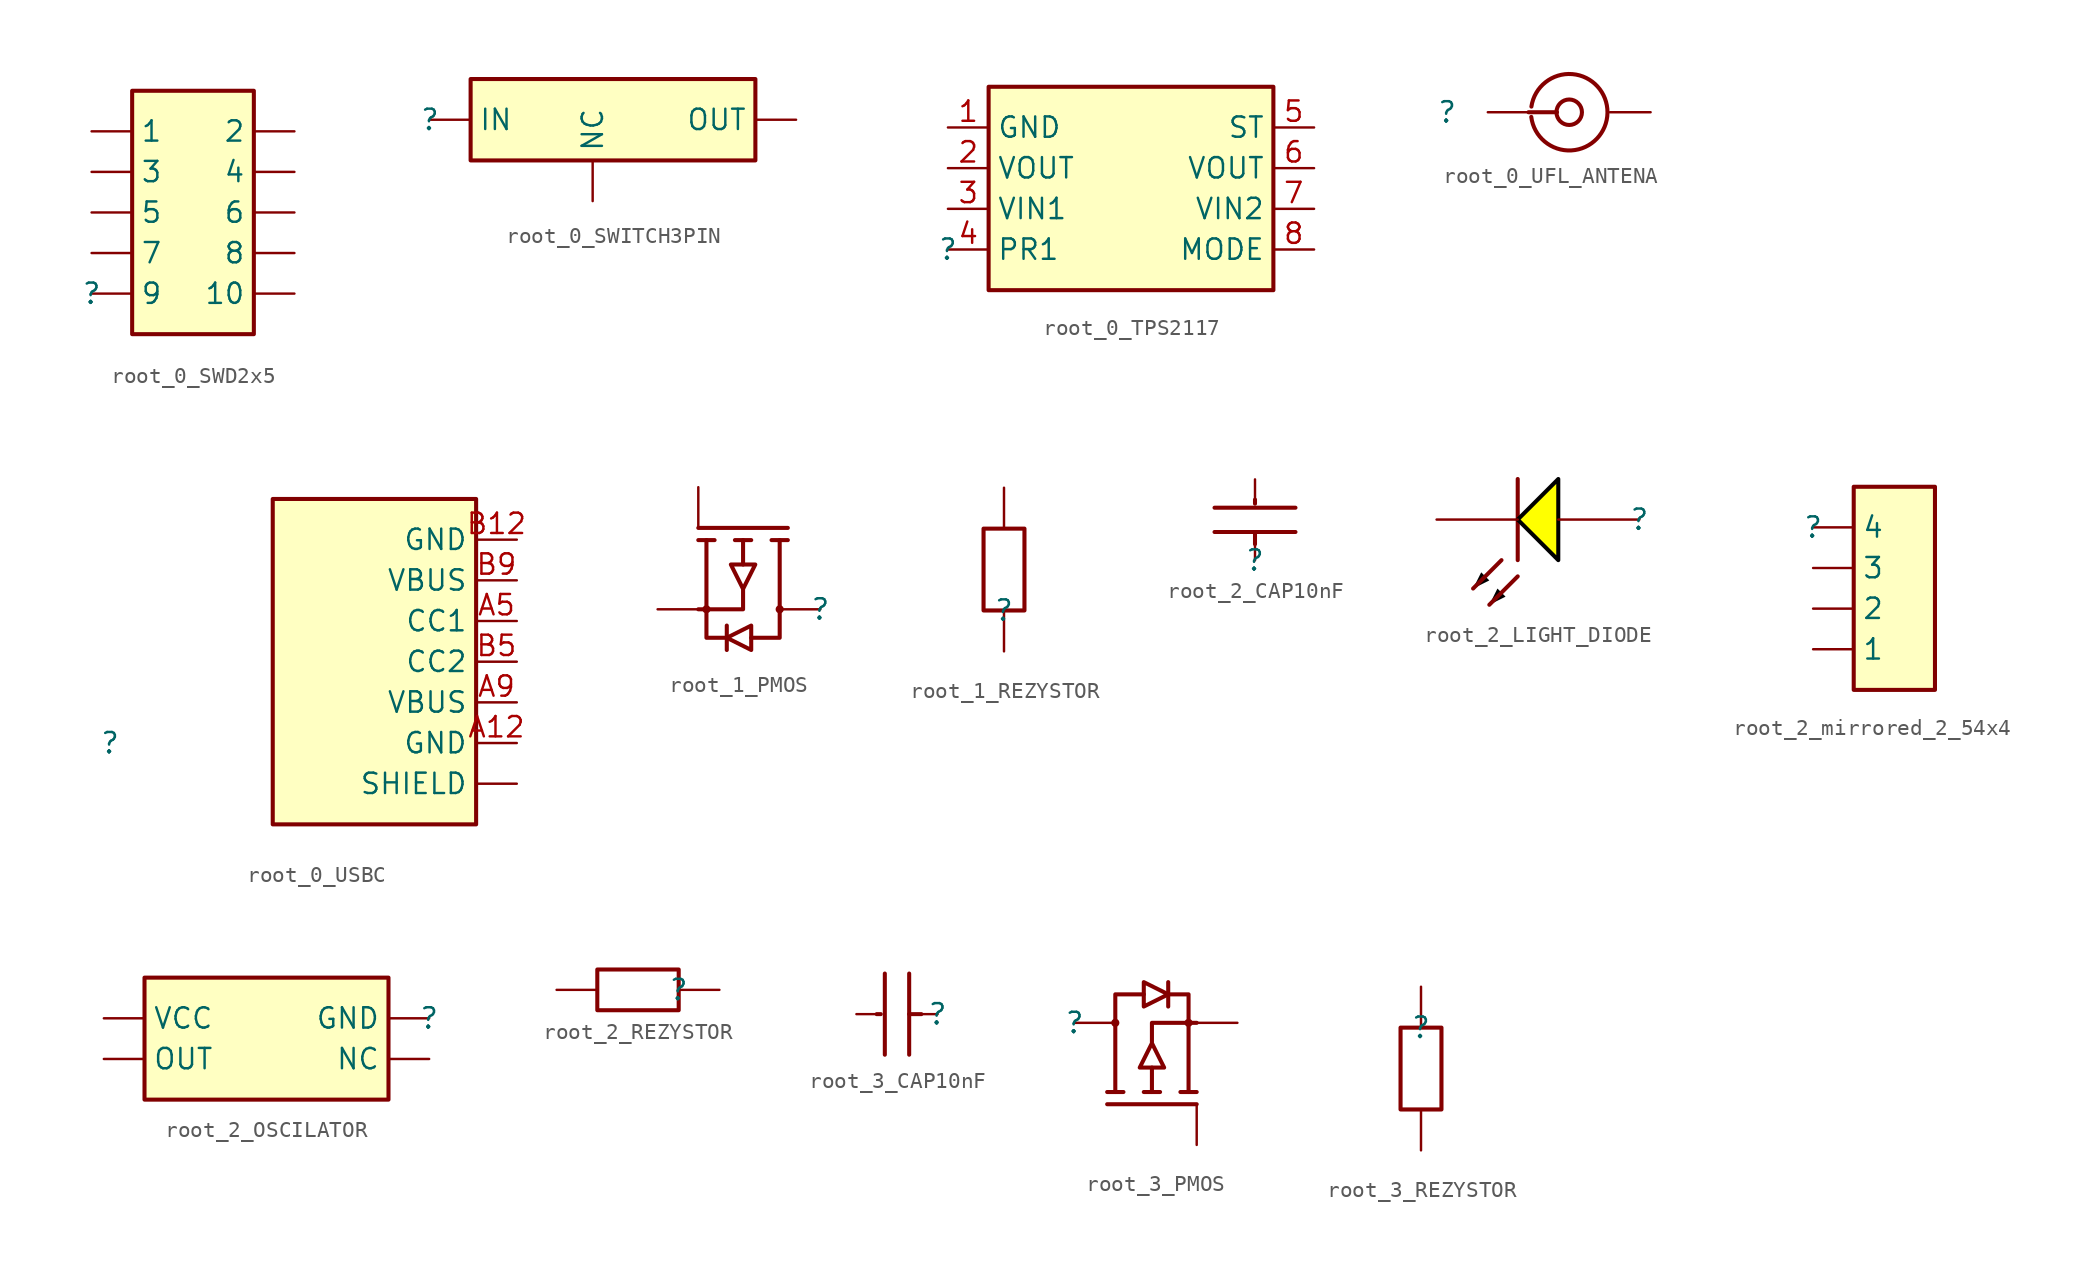
<source format=kicad_sym>
(kicad_symbol_lib
  (version 20231120)
  (generator "kicad_symbol_editor")
  (generator_version "8.0")
  (symbol "root_0_SWD2x5"
    (property "Reference" ""
      (at 0 0 0)
      (effects (font (size 1.27 1.27))))
    (property "Value" ""
      (at 0 0 0)
      (effects (font (size 1.27 1.27))))
    (symbol "root_0_SWD2x5_1_0"
      (rectangle (start 10.16 12.7) (end 2.54 -2.54) (stroke (width 0.254) (type solid) (color 128 0 0 1)) (fill (type background)))
      (pin passive line (at 0 10.16 0) (length 2.54) (name "1" (effects (font (size 1.27 1.27)))) (number "1" (effects (font (size 0 0)))))
      (pin passive line (at 12.7 0 180) (length 2.54) (name "10" (effects (font (size 1.27 1.27)))) (number "10" (effects (font (size 0 0)))))
      (pin passive line (at 12.7 10.16 180) (length 2.54) (name "2" (effects (font (size 1.27 1.27)))) (number "2" (effects (font (size 0 0)))))
      (pin passive line (at 0 7.62 0) (length 2.54) (name "3" (effects (font (size 1.27 1.27)))) (number "3" (effects (font (size 0 0)))))
      (pin passive line (at 12.7 7.62 180) (length 2.54) (name "4" (effects (font (size 1.27 1.27)))) (number "4" (effects (font (size 0 0)))))
      (pin passive line (at 0 5.08 0) (length 2.54) (name "5" (effects (font (size 1.27 1.27)))) (number "5" (effects (font (size 0 0)))))
      (pin passive line (at 12.7 5.08 180) (length 2.54) (name "6" (effects (font (size 1.27 1.27)))) (number "6" (effects (font (size 0 0)))))
      (pin passive line (at 0 2.54 0) (length 2.54) (name "7" (effects (font (size 1.27 1.27)))) (number "7" (effects (font (size 0 0)))))
      (pin passive line (at 12.7 2.54 180) (length 2.54) (name "8" (effects (font (size 1.27 1.27)))) (number "8" (effects (font (size 0 0)))))
      (pin passive line (at 0 0 0) (length 2.54) (name "9" (effects (font (size 1.27 1.27)))) (number "9" (effects (font (size 0 0)))))))
  (symbol "root_0_SWITCH3PIN"
    (property "Reference" ""
      (at 0 0 0)
      (effects (font (size 1.27 1.27))))
    (property "Value" ""
      (at 0 0 0)
      (effects (font (size 1.27 1.27))))
    (symbol "root_0_SWITCH3PIN_1_0"
      (rectangle (start 20.32 2.54) (end 2.54 -2.54) (stroke (width 0.254) (type solid) (color 128 0 0 1)) (fill (type background)))
      (pin passive line (at 0 0 0) (length 2.54) (name "IN" (effects (font (size 1.27 1.27)))) (number "1" (effects (font (size 0 0)))))
      (pin passive line (at 22.86 0 180) (length 2.54) (name "OUT" (effects (font (size 1.27 1.27)))) (number "2" (effects (font (size 0 0)))))
      (pin passive line (at 10.16 -5.08 90) (length 2.54) (name "NC" (effects (font (size 1.27 1.27)))) (number "3" (effects (font (size 0 0)))))))
  (symbol "root_0_TPS2117"
    (property "Reference" ""
      (at 0 0 0)
      (effects (font (size 1.27 1.27))))
    (property "Value" ""
      (at 0 0 0)
      (effects (font (size 1.27 1.27))))
    (symbol "root_0_TPS2117_1_0"
      (rectangle (start 20.32 10.16) (end 2.54 -2.54) (stroke (width 0.254) (type solid) (color 128 0 0 1)) (fill (type background)))
      (pin passive line (at 0 7.62 0) (length 2.54) (name "GND" (effects (font (size 1.27 1.27)))) (number "1" (effects (font (size 1.27 1.27)))))
      (pin passive line (at 0 5.08 0) (length 2.54) (name "VOUT" (effects (font (size 1.27 1.27)))) (number "2" (effects (font (size 1.27 1.27)))))
      (pin passive line (at 0 2.54 0) (length 2.54) (name "VIN1" (effects (font (size 1.27 1.27)))) (number "3" (effects (font (size 1.27 1.27)))))
      (pin passive line (at 0 0 0) (length 2.54) (name "PR1" (effects (font (size 1.27 1.27)))) (number "4" (effects (font (size 1.27 1.27)))))
      (pin passive line (at 22.86 7.62 180) (length 2.54) (name "ST" (effects (font (size 1.27 1.27)))) (number "5" (effects (font (size 1.27 1.27)))))
      (pin passive line (at 22.86 5.08 180) (length 2.54) (name "VOUT" (effects (font (size 1.27 1.27)))) (number "6" (effects (font (size 1.27 1.27)))))
      (pin passive line (at 22.86 2.54 180) (length 2.54) (name "VIN2" (effects (font (size 1.27 1.27)))) (number "7" (effects (font (size 1.27 1.27)))))
      (pin passive line (at 22.86 0 180) (length 2.54) (name "MODE" (effects (font (size 1.27 1.27)))) (number "8" (effects (font (size 1.27 1.27)))))))
  (symbol "root_0_UFL_ANTENA"
    (property "Reference" ""
      (at 0 0 0)
      (effects (font (size 1.27 1.27))))
    (property "Value" ""
      (at 0 0 0)
      (effects (font (size 1.27 1.27))))
    (symbol "root_0_UFL_ANTENA_1_0"
      (polyline (pts (xy 5.08 0) (xy 6.858 0)) (stroke (width 0.254) (type solid)) (fill (type none)))
      (arc (start 5.2529 -0.292) (mid 10.0048 -0.0304) (end 5.2611 0.3522) (stroke (width 0.254) (type solid)) (fill (type none)))
      (circle (center 7.62 0) (radius 0.795) (stroke (width 0.254) (type solid)) (fill (type none)))
      (pin passive line (at 2.54 0 0) (length 2.54) (name "" (effects (font (size 0 0)))) (number "1" (effects (font (size 0 0)))))
      (pin passive line (at 12.7 0 180) (length 2.54) (name "" (effects (font (size 0 0)))) (number "2" (effects (font (size 0 0)))))))
  (symbol "root_0_USBC"
    (property "Reference" ""
      (at 0 0 0)
      (effects (font (size 1.27 1.27))))
    (property "Value" ""
      (at 0 0 0)
      (effects (font (size 1.27 1.27))))
    (symbol "root_0_USBC_1_0"
      (rectangle (start 22.86 15.24) (end 10.16 -5.08) (stroke (width 0.254) (type solid) (color 128 0 0 1)) (fill (type background)))
      (pin passive line (at 25.4 0 180) (length 2.54) (name "GND" (effects (font (size 1.27 1.27)))) (number "A12" (effects (font (size 1.27 1.27)))))
      (pin passive line (at 25.4 7.62 180) (length 2.54) (name "CC1" (effects (font (size 1.27 1.27)))) (number "A5" (effects (font (size 1.27 1.27)))))
      (pin passive line (at 25.4 2.54 180) (length 2.54) (name "VBUS" (effects (font (size 1.27 1.27)))) (number "A9" (effects (font (size 1.27 1.27)))))
      (pin passive line (at 25.4 12.7 180) (length 2.54) (name "GND" (effects (font (size 1.27 1.27)))) (number "B12" (effects (font (size 1.27 1.27)))))
      (pin passive line (at 25.4 5.08 180) (length 2.54) (name "CC2" (effects (font (size 1.27 1.27)))) (number "B5" (effects (font (size 1.27 1.27)))))
      (pin passive line (at 25.4 10.16 180) (length 2.54) (name "VBUS" (effects (font (size 1.27 1.27)))) (number "B9" (effects (font (size 1.27 1.27)))))
      (pin passive line (at 25.4 -2.54 180) (length 2.54) (name "SHIELD" (effects (font (size 1.27 1.27)))) (number "SHIELD" (effects (font (size 0 0)))))))
  (symbol "root_1_PMOS"
    (property "Reference" ""
      (at 0 0 0)
      (effects (font (size 1.27 1.27))))
    (property "Value" ""
      (at 0 0 0)
      (effects (font (size 1.27 1.27))))
    (symbol "root_1_PMOS_1_0"
      (circle (center -7.112 0) (radius 0.254) (stroke (width -0.0001) (type solid)) (fill (type outline)))
      (circle (center -2.54 0) (radius 0.254) (stroke (width -0.0001) (type solid)) (fill (type outline)))
      (polyline (pts (xy -7.62 5.08) (xy -2.032 5.08)) (stroke (width 0.254) (type solid)) (fill (type none)))
      (polyline (pts (xy -7.112 0) (xy -7.62 0)) (stroke (width 0.254) (type solid)) (fill (type none)))
      (polyline (pts (xy -7.112 4.318) (xy -7.112 0)) (stroke (width 0.254) (type solid)) (fill (type none)))
      (polyline (pts (xy -6.604 4.318) (xy -7.62 4.318)) (stroke (width 0.254) (type solid)) (fill (type none)))
      (polyline (pts (xy -5.842 -2.54) (xy -5.842 -1.016)) (stroke (width 0.254) (type solid)) (fill (type none)))
      (polyline (pts (xy -4.826 2.794) (xy -4.826 4.318)) (stroke (width 0.254) (type solid)) (fill (type none)))
      (polyline (pts (xy -4.318 4.318) (xy -5.334 4.318)) (stroke (width 0.254) (type solid)) (fill (type none)))
      (polyline (pts (xy -2.54 0) (xy -2.54 4.318)) (stroke (width 0.254) (type solid)) (fill (type none)))
      (polyline (pts (xy -2.032 4.318) (xy -3.048 4.318)) (stroke (width 0.254) (type solid)) (fill (type none)))
      (polyline (pts (xy -2.54 0) (xy -2.54 -1.778) (xy -4.318 -1.778)) (stroke (width 0.254) (type solid)) (fill (type none)))
      (polyline (pts (xy -7.112 -0.254) (xy -7.112 -1.778) (xy -5.842 -1.778) (xy -4.318 -1.016) (xy -4.318 -2.54) (xy -5.842 -1.778)) (stroke (width 0.254) (type solid)) (fill (type none)))
      (polyline (pts (xy -7.112 0) (xy -4.826 0) (xy -4.826 1.27) (xy -5.588 2.794) (xy -4.064 2.794) (xy -4.826 1.27)) (stroke (width 0.254) (type solid)) (fill (type none)))
      (pin passive line (at -7.62 7.62 270) (length 2.54) (name "G" (effects (font (size 0 0)))) (number "1" (effects (font (size 0 0)))))
      (pin passive line (at 0 0 180) (length 2.54) (name "D" (effects (font (size 0 0)))) (number "2" (effects (font (size 0 0)))))
      (pin passive line (at -10.16 0 0) (length 2.54) (name "S" (effects (font (size 0 0)))) (number "3" (effects (font (size 0 0)))))))
  (symbol "root_1_REZYSTOR"
    (property "Reference" ""
      (at 0 0 0)
      (effects (font (size 1.27 1.27))))
    (property "Value" ""
      (at 0 0 0)
      (effects (font (size 1.27 1.27))))
    (symbol "root_1_REZYSTOR_1_0"
      (polyline (pts (xy 0 0) (xy 1.27 0) (xy 1.27 5.08) (xy -1.27 5.08) (xy -1.27 0) (xy 0 0)) (stroke (width 0.254) (type solid)) (fill (type none)))
      (pin passive line (at 0 -2.54 90) (length 2.54) (name "" (effects (font (size 0 0)))) (number "1" (effects (font (size 0 0)))))
      (pin passive line (at 0 7.62 270) (length 2.54) (name "" (effects (font (size 0 0)))) (number "2" (effects (font (size 0 0)))))))
  (symbol "root_2_CAP10nF"
    (property "Reference" ""
      (at 0 0 0)
      (effects (font (size 1.27 1.27))))
    (property "Value" ""
      (at 0 0 0)
      (effects (font (size 1.27 1.27))))
    (symbol "root_2_CAP10nF_1_0"
      (polyline (pts (xy -2.54 1.778) (xy 2.54 1.778)) (stroke (width 0.254) (type solid)) (fill (type none)))
      (polyline (pts (xy -2.54 3.302) (xy 2.54 3.302)) (stroke (width 0.254) (type solid)) (fill (type none)))
      (polyline (pts (xy 0 1.778) (xy 0 1.016)) (stroke (width 0.254) (type solid)) (fill (type none)))
      (polyline (pts (xy 0 3.556) (xy 0 3.81)) (stroke (width 0.254) (type solid)) (fill (type none)))
      (pin passive line (at 0 0 90) (length 1.778) (name "1" (effects (font (size 0 0)))) (number "1" (effects (font (size 0 0)))))
      (pin passive line (at 0 5.08 270) (length 1.524) (name "2" (effects (font (size 0 0)))) (number "2" (effects (font (size 0 0)))))))
  (symbol "root_2_LIGHT_DIODE"
    (property "Reference" ""
      (at 0 0 0)
      (effects (font (size 1.27 1.27))))
    (property "Value" ""
      (at 0 0 0)
      (effects (font (size 1.27 1.27))))
    (symbol "root_2_LIGHT_DIODE_1_0"
      (polyline (pts (xy -8.636 -2.54) (xy -10.414 -4.318)) (stroke (width 0.254) (type solid)) (fill (type none)))
      (polyline (pts (xy -7.62 -3.556) (xy -9.398 -5.334)) (stroke (width 0.254) (type solid)) (fill (type none)))
      (polyline (pts (xy -7.62 -2.54) (xy -7.62 2.54)) (stroke (width 0.254) (type solid)) (fill (type none)))
      (polyline (pts (xy -10.414 -4.318) (xy -9.398 -3.81) (xy -9.906 -3.302) (xy -10.414 -4.318)) (stroke (width -0.0001) (type solid) (color 0 0 0 1)) (fill (type outline)))
      (polyline (pts (xy -9.398 -5.334) (xy -8.382 -4.826) (xy -8.89 -4.318) (xy -9.398 -5.334)) (stroke (width -0.0001) (type solid) (color 0 0 0 1)) (fill (type outline)))
      (polyline (pts (xy -5.08 2.54) (xy -7.62 0) (xy -5.08 -2.54) (xy -5.08 2.54)) (stroke (width 0.254) (type solid) (color 0 0 0 1)) (fill (type color) (color 255 255 0 1)))
      (pin passive line (at 0 0 180) (length 5.08) (name "A" (effects (font (size 0 0)))) (number "1" (effects (font (size 0 0)))))
      (pin passive line (at -12.7 0 0) (length 5.08) (name "K" (effects (font (size 0 0)))) (number "2" (effects (font (size 0 0)))))))
  (symbol "root_2_mirrored_2_54x4"
    (property "Reference" ""
      (at 0 0 0)
      (effects (font (size 1.27 1.27))))
    (property "Value" ""
      (at 0 0 0)
      (effects (font (size 1.27 1.27))))
    (symbol "root_2_mirrored_2_54x4_1_0"
      (rectangle (start 7.62 2.54) (end 2.54 -10.16) (stroke (width 0.254) (type solid) (color 128 0 0 1)) (fill (type background)))
      (pin passive line (at 0 -7.62 0) (length 2.54) (name "1" (effects (font (size 1.27 1.27)))) (number "1" (effects (font (size 0 0)))))
      (pin passive line (at 0 -5.08 0) (length 2.54) (name "2" (effects (font (size 1.27 1.27)))) (number "2" (effects (font (size 0 0)))))
      (pin passive line (at 0 -2.54 0) (length 2.54) (name "3" (effects (font (size 1.27 1.27)))) (number "3" (effects (font (size 0 0)))))
      (pin passive line (at 0 0 0) (length 2.54) (name "4" (effects (font (size 1.27 1.27)))) (number "4" (effects (font (size 0 0)))))))
  (symbol "root_2_OSCILATOR"
    (property "Reference" ""
      (at 0 0 0)
      (effects (font (size 1.27 1.27))))
    (property "Value" ""
      (at 0 0 0)
      (effects (font (size 1.27 1.27))))
    (symbol "root_2_OSCILATOR_1_0"
      (rectangle (start -2.54 2.54) (end -17.78 -5.08) (stroke (width 0.254) (type solid) (color 128 0 0 1)) (fill (type background)))
      (pin passive line (at 0 -2.54 180) (length 2.54) (name "NC" (effects (font (size 1.27 1.27)))) (number "1" (effects (font (size 0 0)))))
      (pin passive line (at 0 0 180) (length 2.54) (name "GND" (effects (font (size 1.27 1.27)))) (number "2" (effects (font (size 0 0)))))
      (pin passive line (at -20.32 -2.54 0) (length 2.54) (name "OUT" (effects (font (size 1.27 1.27)))) (number "3" (effects (font (size 0 0)))))
      (pin passive line (at -20.32 0 0) (length 2.54) (name "VCC" (effects (font (size 1.27 1.27)))) (number "4" (effects (font (size 0 0)))))))
  (symbol "root_2_REZYSTOR"
    (property "Reference" ""
      (at 0 0 0)
      (effects (font (size 1.27 1.27))))
    (property "Value" ""
      (at 0 0 0)
      (effects (font (size 1.27 1.27))))
    (symbol "root_2_REZYSTOR_1_0"
      (polyline (pts (xy 0 0) (xy 0 1.27) (xy -5.08 1.27) (xy -5.08 -1.27) (xy 0 -1.27) (xy 0 0)) (stroke (width 0.254) (type solid)) (fill (type none)))
      (pin passive line (at 2.54 0 180) (length 2.54) (name "" (effects (font (size 0 0)))) (number "1" (effects (font (size 0 0)))))
      (pin passive line (at -7.62 0 0) (length 2.54) (name "" (effects (font (size 0 0)))) (number "2" (effects (font (size 0 0)))))))
  (symbol "root_3_CAP10nF"
    (property "Reference" ""
      (at 0 0 0)
      (effects (font (size 1.27 1.27))))
    (property "Value" ""
      (at 0 0 0)
      (effects (font (size 1.27 1.27))))
    (symbol "root_3_CAP10nF_1_0"
      (polyline (pts (xy -3.556 0) (xy -3.81 0)) (stroke (width 0.254) (type solid)) (fill (type none)))
      (polyline (pts (xy -3.302 -2.54) (xy -3.302 2.54)) (stroke (width 0.254) (type solid)) (fill (type none)))
      (polyline (pts (xy -1.778 -2.54) (xy -1.778 2.54)) (stroke (width 0.254) (type solid)) (fill (type none)))
      (polyline (pts (xy -1.778 0) (xy -1.016 0)) (stroke (width 0.254) (type solid)) (fill (type none)))
      (pin passive line (at 0 0 180) (length 1.778) (name "1" (effects (font (size 0 0)))) (number "1" (effects (font (size 0 0)))))
      (pin passive line (at -5.08 0 0) (length 1.524) (name "2" (effects (font (size 0 0)))) (number "2" (effects (font (size 0 0)))))))
  (symbol "root_3_PMOS"
    (property "Reference" ""
      (at 0 0 0)
      (effects (font (size 1.27 1.27))))
    (property "Value" ""
      (at 0 0 0)
      (effects (font (size 1.27 1.27))))
    (symbol "root_3_PMOS_1_0"
      (polyline (pts (xy 2.032 -4.318) (xy 3.048 -4.318)) (stroke (width 0.254) (type solid)) (fill (type none)))
      (polyline (pts (xy 2.54 0) (xy 2.54 -4.318)) (stroke (width 0.254) (type solid)) (fill (type none)))
      (polyline (pts (xy 4.318 -4.318) (xy 5.334 -4.318)) (stroke (width 0.254) (type solid)) (fill (type none)))
      (polyline (pts (xy 4.826 -2.794) (xy 4.826 -4.318)) (stroke (width 0.254) (type solid)) (fill (type none)))
      (polyline (pts (xy 5.842 2.54) (xy 5.842 1.016)) (stroke (width 0.254) (type solid)) (fill (type none)))
      (polyline (pts (xy 6.604 -4.318) (xy 7.62 -4.318)) (stroke (width 0.254) (type solid)) (fill (type none)))
      (polyline (pts (xy 7.112 -4.318) (xy 7.112 0)) (stroke (width 0.254) (type solid)) (fill (type none)))
      (polyline (pts (xy 7.112 0) (xy 7.62 0)) (stroke (width 0.254) (type solid)) (fill (type none)))
      (polyline (pts (xy 7.62 -5.08) (xy 2.032 -5.08)) (stroke (width 0.254) (type solid)) (fill (type none)))
      (polyline (pts (xy 2.54 0) (xy 2.54 1.778) (xy 4.318 1.778)) (stroke (width 0.254) (type solid)) (fill (type none)))
      (polyline (pts (xy 7.112 0) (xy 4.826 0) (xy 4.826 -1.27) (xy 5.588 -2.794) (xy 4.064 -2.794) (xy 4.826 -1.27)) (stroke (width 0.254) (type solid)) (fill (type none)))
      (polyline (pts (xy 7.112 0.254) (xy 7.112 1.778) (xy 5.842 1.778) (xy 4.318 1.016) (xy 4.318 2.54) (xy 5.842 1.778)) (stroke (width 0.254) (type solid)) (fill (type none)))
      (circle (center 2.54 0) (radius 0.254) (stroke (width -0.0001) (type solid)) (fill (type outline)))
      (circle (center 7.112 0) (radius 0.254) (stroke (width -0.0001) (type solid)) (fill (type outline)))
      (pin passive line (at 7.62 -7.62 90) (length 2.54) (name "G" (effects (font (size 0 0)))) (number "1" (effects (font (size 0 0)))))
      (pin passive line (at 0 0 0) (length 2.54) (name "D" (effects (font (size 0 0)))) (number "2" (effects (font (size 0 0)))))
      (pin passive line (at 10.16 0 180) (length 2.54) (name "S" (effects (font (size 0 0)))) (number "3" (effects (font (size 0 0)))))))
  (symbol "root_3_REZYSTOR"
    (property "Reference" ""
      (at 0 0 0)
      (effects (font (size 1.27 1.27))))
    (property "Value" ""
      (at 0 0 0)
      (effects (font (size 1.27 1.27))))
    (symbol "root_3_REZYSTOR_1_0"
      (polyline (pts (xy 0 0) (xy -1.27 0) (xy -1.27 -5.08) (xy 1.27 -5.08) (xy 1.27 0) (xy 0 0)) (stroke (width 0.254) (type solid)) (fill (type none)))
      (pin passive line (at 0 2.54 270) (length 2.54) (name "" (effects (font (size 0 0)))) (number "1" (effects (font (size 0 0)))))
      (pin passive line (at 0 -7.62 90) (length 2.54) (name "" (effects (font (size 0 0)))) (number "2" (effects (font (size 0 0))))))))
</source>
